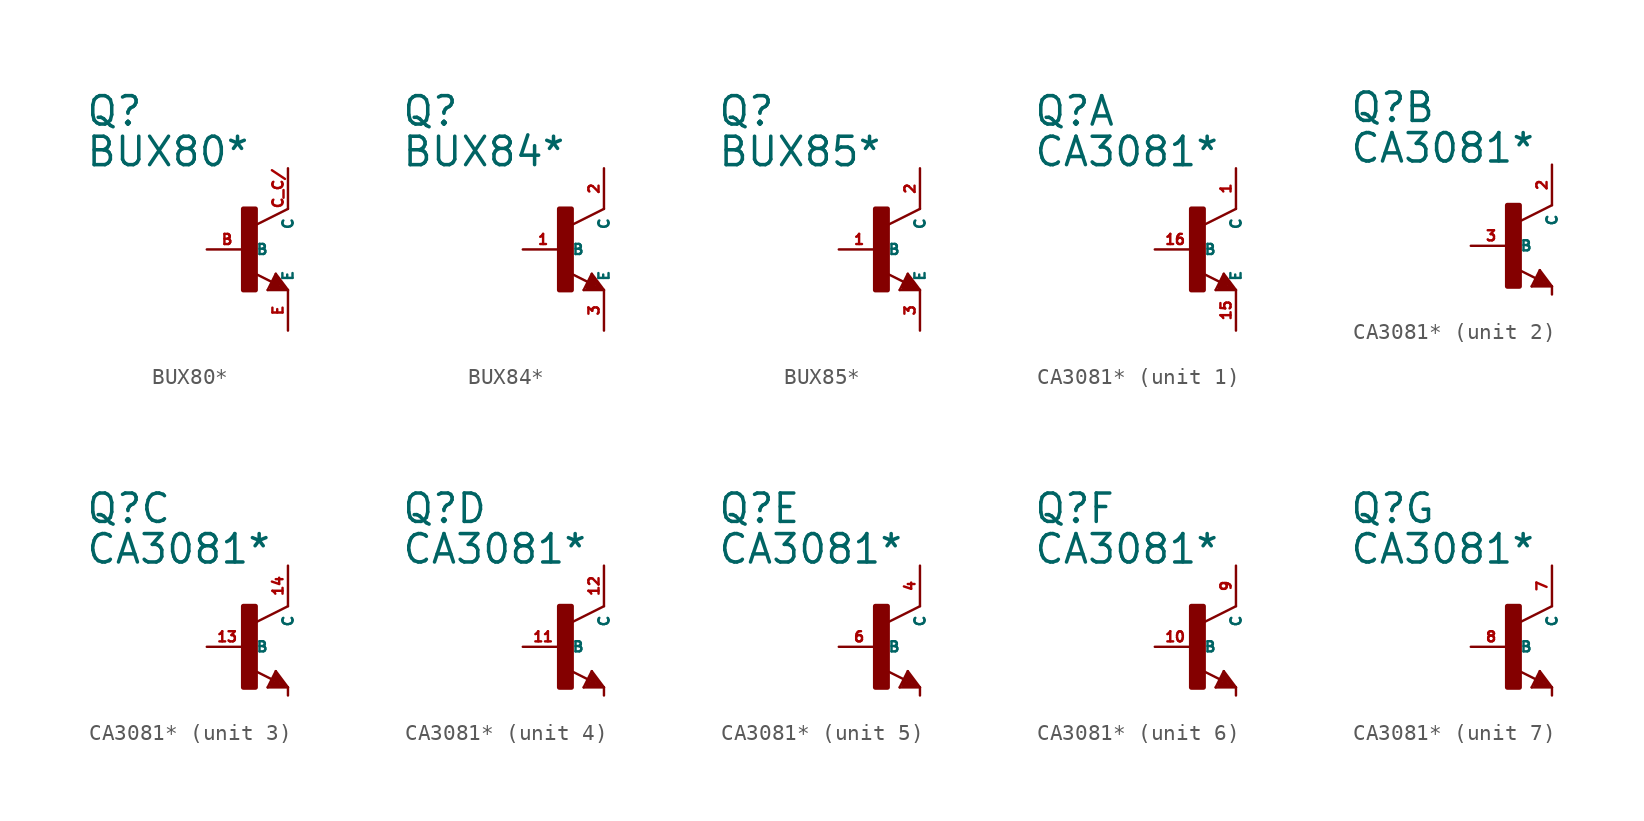
<source format=kicad_sym>
(kicad_symbol_lib
  (version 20220914)
  (generator Eagle2Kicad)
  (symbol "BUX80*"
    (property "Reference" "Q"
      (at -10.16 7.62 0)
      (effects (font (size 1.778 1.778) (thickness 0.22)) (justify left bottom)))
    (property "Value" "BUX80*"
      (at -10.16 5.08 0)
      (effects (font (size 1.778 1.778) (thickness 0.22)) (justify left bottom)))
    (polyline
      (pts (xy 2.54 2.54) (xy 0.508 1.524))
      (stroke (width 0.152) (type default))
      (fill (type none)))
    (polyline
      (pts (xy 1.778 -1.524) (xy 2.54 -2.54))
      (stroke (width 0.152) (type default))
      (fill (type none)))
    (polyline
      (pts (xy 2.54 -2.54) (xy 1.27 -2.54))
      (stroke (width 0.152) (type default))
      (fill (type none)))
    (polyline
      (pts (xy 1.27 -2.54) (xy 1.778 -1.524))
      (stroke (width 0.152) (type default))
      (fill (type none)))
    (polyline
      (pts (xy 1.54 -2.04) (xy 0.308 -1.424))
      (stroke (width 0.152) (type default))
      (fill (type none)))
    (polyline
      (pts (xy 1.524 -2.413) (xy 2.286 -2.413))
      (stroke (width 0.254) (type default))
      (fill (type none)))
    (polyline
      (pts (xy 2.286 -2.413) (xy 1.778 -1.778))
      (stroke (width 0.254) (type default))
      (fill (type none)))
    (polyline
      (pts (xy 1.778 -1.778) (xy 1.524 -2.286))
      (stroke (width 0.254) (type default))
      (fill (type none)))
    (polyline
      (pts (xy 1.524 -2.286) (xy 1.905 -2.286))
      (stroke (width 0.254) (type default))
      (fill (type none)))
    (polyline
      (pts (xy 1.905 -2.286) (xy 1.778 -2.032))
      (stroke (width 0.254) (type default))
      (fill (type none)))
    (rectangle
      (start -0.254 -2.54)
      (end 0.508 2.54)
      (stroke (width 0.3) (type default))
      (fill (type outline)))
    (pin passive line
      (at -2.54 0 0)
      (length 2.54)
      (name "B" (effects (font (size 0.635 0.635) (thickness 0.08)) (justify left bottom)))
      (number "B" (effects (font (size 0.635 0.635) (thickness 0.08)) (justify left bottom))))
    (pin passive line
      (at 2.54 -5.08 90)
      (length 2.54)
      (name "E" (effects (font (size 0.635 0.635) (thickness 0.08)) (justify left bottom)))
      (number "E" (effects (font (size 0.635 0.635) (thickness 0.08)) (justify left bottom))))
    (pin passive line
      (at 2.54 5.08 270)
      (length 2.54)
      (name "C" (effects (font (size 0.635 0.635) (thickness 0.08)) (justify left bottom)))
      (number "C C/" (effects (font (size 0.635 0.635) (thickness 0.08)) (justify left bottom)))))
  (symbol "BUX84*"
    (property "Reference" "Q"
      (at -10.16 7.62 0)
      (effects (font (size 1.778 1.778) (thickness 0.22)) (justify left bottom)))
    (property "Value" "BUX84*"
      (at -10.16 5.08 0)
      (effects (font (size 1.778 1.778) (thickness 0.22)) (justify left bottom)))
    (polyline
      (pts (xy 2.54 2.54) (xy 0.508 1.524))
      (stroke (width 0.152) (type default))
      (fill (type none)))
    (polyline
      (pts (xy 1.778 -1.524) (xy 2.54 -2.54))
      (stroke (width 0.152) (type default))
      (fill (type none)))
    (polyline
      (pts (xy 2.54 -2.54) (xy 1.27 -2.54))
      (stroke (width 0.152) (type default))
      (fill (type none)))
    (polyline
      (pts (xy 1.27 -2.54) (xy 1.778 -1.524))
      (stroke (width 0.152) (type default))
      (fill (type none)))
    (polyline
      (pts (xy 1.54 -2.04) (xy 0.308 -1.424))
      (stroke (width 0.152) (type default))
      (fill (type none)))
    (polyline
      (pts (xy 1.524 -2.413) (xy 2.286 -2.413))
      (stroke (width 0.254) (type default))
      (fill (type none)))
    (polyline
      (pts (xy 2.286 -2.413) (xy 1.778 -1.778))
      (stroke (width 0.254) (type default))
      (fill (type none)))
    (polyline
      (pts (xy 1.778 -1.778) (xy 1.524 -2.286))
      (stroke (width 0.254) (type default))
      (fill (type none)))
    (polyline
      (pts (xy 1.524 -2.286) (xy 1.905 -2.286))
      (stroke (width 0.254) (type default))
      (fill (type none)))
    (polyline
      (pts (xy 1.905 -2.286) (xy 1.778 -2.032))
      (stroke (width 0.254) (type default))
      (fill (type none)))
    (rectangle
      (start -0.254 -2.54)
      (end 0.508 2.54)
      (stroke (width 0.3) (type default))
      (fill (type outline)))
    (pin passive line
      (at -2.54 0 0)
      (length 2.54)
      (name "B" (effects (font (size 0.635 0.635) (thickness 0.08)) (justify left bottom)))
      (number "1" (effects (font (size 0.635 0.635) (thickness 0.08)) (justify left bottom))))
    (pin passive line
      (at 2.54 -5.08 90)
      (length 2.54)
      (name "E" (effects (font (size 0.635 0.635) (thickness 0.08)) (justify left bottom)))
      (number "3" (effects (font (size 0.635 0.635) (thickness 0.08)) (justify left bottom))))
    (pin passive line
      (at 2.54 5.08 270)
      (length 2.54)
      (name "C" (effects (font (size 0.635 0.635) (thickness 0.08)) (justify left bottom)))
      (number "2" (effects (font (size 0.635 0.635) (thickness 0.08)) (justify left bottom)))))
  (symbol "BUX85*"
    (property "Reference" "Q"
      (at -10.16 7.62 0)
      (effects (font (size 1.778 1.778) (thickness 0.22)) (justify left bottom)))
    (property "Value" "BUX85*"
      (at -10.16 5.08 0)
      (effects (font (size 1.778 1.778) (thickness 0.22)) (justify left bottom)))
    (polyline
      (pts (xy 2.54 2.54) (xy 0.508 1.524))
      (stroke (width 0.152) (type default))
      (fill (type none)))
    (polyline
      (pts (xy 1.778 -1.524) (xy 2.54 -2.54))
      (stroke (width 0.152) (type default))
      (fill (type none)))
    (polyline
      (pts (xy 2.54 -2.54) (xy 1.27 -2.54))
      (stroke (width 0.152) (type default))
      (fill (type none)))
    (polyline
      (pts (xy 1.27 -2.54) (xy 1.778 -1.524))
      (stroke (width 0.152) (type default))
      (fill (type none)))
    (polyline
      (pts (xy 1.54 -2.04) (xy 0.308 -1.424))
      (stroke (width 0.152) (type default))
      (fill (type none)))
    (polyline
      (pts (xy 1.524 -2.413) (xy 2.286 -2.413))
      (stroke (width 0.254) (type default))
      (fill (type none)))
    (polyline
      (pts (xy 2.286 -2.413) (xy 1.778 -1.778))
      (stroke (width 0.254) (type default))
      (fill (type none)))
    (polyline
      (pts (xy 1.778 -1.778) (xy 1.524 -2.286))
      (stroke (width 0.254) (type default))
      (fill (type none)))
    (polyline
      (pts (xy 1.524 -2.286) (xy 1.905 -2.286))
      (stroke (width 0.254) (type default))
      (fill (type none)))
    (polyline
      (pts (xy 1.905 -2.286) (xy 1.778 -2.032))
      (stroke (width 0.254) (type default))
      (fill (type none)))
    (rectangle
      (start -0.254 -2.54)
      (end 0.508 2.54)
      (stroke (width 0.3) (type default))
      (fill (type outline)))
    (pin passive line
      (at -2.54 0 0)
      (length 2.54)
      (name "B" (effects (font (size 0.635 0.635) (thickness 0.08)) (justify left bottom)))
      (number "1" (effects (font (size 0.635 0.635) (thickness 0.08)) (justify left bottom))))
    (pin passive line
      (at 2.54 -5.08 90)
      (length 2.54)
      (name "E" (effects (font (size 0.635 0.635) (thickness 0.08)) (justify left bottom)))
      (number "3" (effects (font (size 0.635 0.635) (thickness 0.08)) (justify left bottom))))
    (pin passive line
      (at 2.54 5.08 270)
      (length 2.54)
      (name "C" (effects (font (size 0.635 0.635) (thickness 0.08)) (justify left bottom)))
      (number "2" (effects (font (size 0.635 0.635) (thickness 0.08)) (justify left bottom)))))
  (symbol "CA3081*"
    (property "Reference" "Q"
      (at -10.16 7.62 0)
      (effects (font (size 1.778 1.778) (thickness 0.22)) (justify left bottom)))
    (property "Value" "CA3081*"
      (at -10.16 5.08 0)
      (effects (font (size 1.778 1.778) (thickness 0.22)) (justify left bottom)))
    (symbol "CA3081*_1_0"
      (polyline (pts (xy 2.54 2.54) (xy 0.508 1.524)) (stroke (width 0.152) (type default)) (fill (type none)))
      (polyline (pts (xy 1.54 -2.04) (xy 0.308 -1.424)) (stroke (width 0.152) (type default)) (fill (type none)))
      (polyline (pts (xy 1.778 -1.524) (xy 2.54 -2.54)) (stroke (width 0.152) (type default)) (fill (type none)))
      (polyline (pts (xy 2.54 -2.54) (xy 1.27 -2.54)) (stroke (width 0.152) (type default)) (fill (type none)))
      (polyline (pts (xy 1.27 -2.54) (xy 1.778 -1.524)) (stroke (width 0.152) (type default)) (fill (type none)))
      (polyline (pts (xy 1.524 -2.413) (xy 2.286 -2.413)) (stroke (width 0.254) (type default)) (fill (type none)))
      (polyline (pts (xy 2.286 -2.413) (xy 1.778 -1.778)) (stroke (width 0.254) (type default)) (fill (type none)))
      (polyline (pts (xy 1.778 -1.778) (xy 1.524 -2.286)) (stroke (width 0.254) (type default)) (fill (type none)))
      (polyline (pts (xy 1.524 -2.286) (xy 1.905 -2.286)) (stroke (width 0.254) (type default)) (fill (type none)))
      (polyline (pts (xy 1.905 -2.286) (xy 1.778 -2.032)) (stroke (width 0.254) (type default)) (fill (type none)))
      (rectangle (start -0.254 -2.54) (end 0.508 2.54) (stroke (width 0.3) (type default)) (fill (type outline)))
      (pin passive line (at -2.54 0 0) (length 2.54) (name "B" (effects (font (size 0.635 0.635) (thickness 0.08)) (justify left bottom))) (number "16" (effects (font (size 0.635 0.635) (thickness 0.08)) (justify left bottom))))
      (pin passive line (at 2.54 -5.08 90) (length 2.54) (name "E" (effects (font (size 0.635 0.635) (thickness 0.08)) (justify left bottom))) (number "15" (effects (font (size 0.635 0.635) (thickness 0.08)) (justify left bottom))))
      (pin passive line (at 2.54 5.08 270) (length 2.54) (name "C" (effects (font (size 0.635 0.635) (thickness 0.08)) (justify left bottom))) (number "1" (effects (font (size 0.635 0.635) (thickness 0.08)) (justify left bottom)))))
    (symbol "CA3081*_2_0"
      (polyline (pts (xy 2.54 2.54) (xy 0.508 1.524)) (stroke (width 0.152) (type default)) (fill (type none)))
      (polyline (pts (xy 1.54 -2.04) (xy 0.308 -1.424)) (stroke (width 0.152) (type default)) (fill (type none)))
      (polyline (pts (xy 2.54 -3.048) (xy 2.54 -2.54)) (stroke (width 0.152) (type default)) (fill (type none)))
      (polyline (pts (xy 1.778 -1.524) (xy 2.54 -2.54)) (stroke (width 0.152) (type default)) (fill (type none)))
      (polyline (pts (xy 2.54 -2.54) (xy 1.27 -2.54)) (stroke (width 0.152) (type default)) (fill (type none)))
      (polyline (pts (xy 1.27 -2.54) (xy 1.778 -1.524)) (stroke (width 0.152) (type default)) (fill (type none)))
      (polyline (pts (xy 1.524 -2.413) (xy 2.286 -2.413)) (stroke (width 0.254) (type default)) (fill (type none)))
      (polyline (pts (xy 2.286 -2.413) (xy 1.778 -1.778)) (stroke (width 0.254) (type default)) (fill (type none)))
      (polyline (pts (xy 1.778 -1.778) (xy 1.524 -2.286)) (stroke (width 0.254) (type default)) (fill (type none)))
      (polyline (pts (xy 1.524 -2.286) (xy 1.905 -2.286)) (stroke (width 0.254) (type default)) (fill (type none)))
      (polyline (pts (xy 1.905 -2.286) (xy 1.778 -2.032)) (stroke (width 0.254) (type default)) (fill (type none)))
      (rectangle (start -0.254 -2.54) (end 0.508 2.54) (stroke (width 0.3) (type default)) (fill (type outline)))
      (pin passive line (at -2.54 0 0) (length 2.54) (name "B" (effects (font (size 0.635 0.635) (thickness 0.08)) (justify left bottom))) (number "3" (effects (font (size 0.635 0.635) (thickness 0.08)) (justify left bottom))))
      (pin passive line (at 2.54 5.08 270) (length 2.54) (name "C" (effects (font (size 0.635 0.635) (thickness 0.08)) (justify left bottom))) (number "2" (effects (font (size 0.635 0.635) (thickness 0.08)) (justify left bottom)))))
    (symbol "CA3081*_3_0"
      (polyline (pts (xy 2.54 2.54) (xy 0.508 1.524)) (stroke (width 0.152) (type default)) (fill (type none)))
      (polyline (pts (xy 1.54 -2.04) (xy 0.308 -1.424)) (stroke (width 0.152) (type default)) (fill (type none)))
      (polyline (pts (xy 2.54 -3.048) (xy 2.54 -2.54)) (stroke (width 0.152) (type default)) (fill (type none)))
      (polyline (pts (xy 1.778 -1.524) (xy 2.54 -2.54)) (stroke (width 0.152) (type default)) (fill (type none)))
      (polyline (pts (xy 2.54 -2.54) (xy 1.27 -2.54)) (stroke (width 0.152) (type default)) (fill (type none)))
      (polyline (pts (xy 1.27 -2.54) (xy 1.778 -1.524)) (stroke (width 0.152) (type default)) (fill (type none)))
      (polyline (pts (xy 1.524 -2.413) (xy 2.286 -2.413)) (stroke (width 0.254) (type default)) (fill (type none)))
      (polyline (pts (xy 2.286 -2.413) (xy 1.778 -1.778)) (stroke (width 0.254) (type default)) (fill (type none)))
      (polyline (pts (xy 1.778 -1.778) (xy 1.524 -2.286)) (stroke (width 0.254) (type default)) (fill (type none)))
      (polyline (pts (xy 1.524 -2.286) (xy 1.905 -2.286)) (stroke (width 0.254) (type default)) (fill (type none)))
      (polyline (pts (xy 1.905 -2.286) (xy 1.778 -2.032)) (stroke (width 0.254) (type default)) (fill (type none)))
      (rectangle (start -0.254 -2.54) (end 0.508 2.54) (stroke (width 0.3) (type default)) (fill (type outline)))
      (pin passive line (at -2.54 0 0) (length 2.54) (name "B" (effects (font (size 0.635 0.635) (thickness 0.08)) (justify left bottom))) (number "13" (effects (font (size 0.635 0.635) (thickness 0.08)) (justify left bottom))))
      (pin passive line (at 2.54 5.08 270) (length 2.54) (name "C" (effects (font (size 0.635 0.635) (thickness 0.08)) (justify left bottom))) (number "14" (effects (font (size 0.635 0.635) (thickness 0.08)) (justify left bottom)))))
    (symbol "CA3081*_4_0"
      (polyline (pts (xy 2.54 2.54) (xy 0.508 1.524)) (stroke (width 0.152) (type default)) (fill (type none)))
      (polyline (pts (xy 1.54 -2.04) (xy 0.308 -1.424)) (stroke (width 0.152) (type default)) (fill (type none)))
      (polyline (pts (xy 2.54 -3.048) (xy 2.54 -2.54)) (stroke (width 0.152) (type default)) (fill (type none)))
      (polyline (pts (xy 1.778 -1.524) (xy 2.54 -2.54)) (stroke (width 0.152) (type default)) (fill (type none)))
      (polyline (pts (xy 2.54 -2.54) (xy 1.27 -2.54)) (stroke (width 0.152) (type default)) (fill (type none)))
      (polyline (pts (xy 1.27 -2.54) (xy 1.778 -1.524)) (stroke (width 0.152) (type default)) (fill (type none)))
      (polyline (pts (xy 1.524 -2.413) (xy 2.286 -2.413)) (stroke (width 0.254) (type default)) (fill (type none)))
      (polyline (pts (xy 2.286 -2.413) (xy 1.778 -1.778)) (stroke (width 0.254) (type default)) (fill (type none)))
      (polyline (pts (xy 1.778 -1.778) (xy 1.524 -2.286)) (stroke (width 0.254) (type default)) (fill (type none)))
      (polyline (pts (xy 1.524 -2.286) (xy 1.905 -2.286)) (stroke (width 0.254) (type default)) (fill (type none)))
      (polyline (pts (xy 1.905 -2.286) (xy 1.778 -2.032)) (stroke (width 0.254) (type default)) (fill (type none)))
      (rectangle (start -0.254 -2.54) (end 0.508 2.54) (stroke (width 0.3) (type default)) (fill (type outline)))
      (pin passive line (at -2.54 0 0) (length 2.54) (name "B" (effects (font (size 0.635 0.635) (thickness 0.08)) (justify left bottom))) (number "11" (effects (font (size 0.635 0.635) (thickness 0.08)) (justify left bottom))))
      (pin passive line (at 2.54 5.08 270) (length 2.54) (name "C" (effects (font (size 0.635 0.635) (thickness 0.08)) (justify left bottom))) (number "12" (effects (font (size 0.635 0.635) (thickness 0.08)) (justify left bottom)))))
    (symbol "CA3081*_5_0"
      (polyline (pts (xy 2.54 2.54) (xy 0.508 1.524)) (stroke (width 0.152) (type default)) (fill (type none)))
      (polyline (pts (xy 1.54 -2.04) (xy 0.308 -1.424)) (stroke (width 0.152) (type default)) (fill (type none)))
      (polyline (pts (xy 2.54 -3.048) (xy 2.54 -2.54)) (stroke (width 0.152) (type default)) (fill (type none)))
      (polyline (pts (xy 1.778 -1.524) (xy 2.54 -2.54)) (stroke (width 0.152) (type default)) (fill (type none)))
      (polyline (pts (xy 2.54 -2.54) (xy 1.27 -2.54)) (stroke (width 0.152) (type default)) (fill (type none)))
      (polyline (pts (xy 1.27 -2.54) (xy 1.778 -1.524)) (stroke (width 0.152) (type default)) (fill (type none)))
      (polyline (pts (xy 1.524 -2.413) (xy 2.286 -2.413)) (stroke (width 0.254) (type default)) (fill (type none)))
      (polyline (pts (xy 2.286 -2.413) (xy 1.778 -1.778)) (stroke (width 0.254) (type default)) (fill (type none)))
      (polyline (pts (xy 1.778 -1.778) (xy 1.524 -2.286)) (stroke (width 0.254) (type default)) (fill (type none)))
      (polyline (pts (xy 1.524 -2.286) (xy 1.905 -2.286)) (stroke (width 0.254) (type default)) (fill (type none)))
      (polyline (pts (xy 1.905 -2.286) (xy 1.778 -2.032)) (stroke (width 0.254) (type default)) (fill (type none)))
      (rectangle (start -0.254 -2.54) (end 0.508 2.54) (stroke (width 0.3) (type default)) (fill (type outline)))
      (pin passive line (at -2.54 0 0) (length 2.54) (name "B" (effects (font (size 0.635 0.635) (thickness 0.08)) (justify left bottom))) (number "6" (effects (font (size 0.635 0.635) (thickness 0.08)) (justify left bottom))))
      (pin passive line (at 2.54 5.08 270) (length 2.54) (name "C" (effects (font (size 0.635 0.635) (thickness 0.08)) (justify left bottom))) (number "4" (effects (font (size 0.635 0.635) (thickness 0.08)) (justify left bottom)))))
    (symbol "CA3081*_6_0"
      (polyline (pts (xy 2.54 2.54) (xy 0.508 1.524)) (stroke (width 0.152) (type default)) (fill (type none)))
      (polyline (pts (xy 1.54 -2.04) (xy 0.308 -1.424)) (stroke (width 0.152) (type default)) (fill (type none)))
      (polyline (pts (xy 2.54 -3.048) (xy 2.54 -2.54)) (stroke (width 0.152) (type default)) (fill (type none)))
      (polyline (pts (xy 1.778 -1.524) (xy 2.54 -2.54)) (stroke (width 0.152) (type default)) (fill (type none)))
      (polyline (pts (xy 2.54 -2.54) (xy 1.27 -2.54)) (stroke (width 0.152) (type default)) (fill (type none)))
      (polyline (pts (xy 1.27 -2.54) (xy 1.778 -1.524)) (stroke (width 0.152) (type default)) (fill (type none)))
      (polyline (pts (xy 1.524 -2.413) (xy 2.286 -2.413)) (stroke (width 0.254) (type default)) (fill (type none)))
      (polyline (pts (xy 2.286 -2.413) (xy 1.778 -1.778)) (stroke (width 0.254) (type default)) (fill (type none)))
      (polyline (pts (xy 1.778 -1.778) (xy 1.524 -2.286)) (stroke (width 0.254) (type default)) (fill (type none)))
      (polyline (pts (xy 1.524 -2.286) (xy 1.905 -2.286)) (stroke (width 0.254) (type default)) (fill (type none)))
      (polyline (pts (xy 1.905 -2.286) (xy 1.778 -2.032)) (stroke (width 0.254) (type default)) (fill (type none)))
      (rectangle (start -0.254 -2.54) (end 0.508 2.54) (stroke (width 0.3) (type default)) (fill (type outline)))
      (pin passive line (at -2.54 0 0) (length 2.54) (name "B" (effects (font (size 0.635 0.635) (thickness 0.08)) (justify left bottom))) (number "10" (effects (font (size 0.635 0.635) (thickness 0.08)) (justify left bottom))))
      (pin passive line (at 2.54 5.08 270) (length 2.54) (name "C" (effects (font (size 0.635 0.635) (thickness 0.08)) (justify left bottom))) (number "9" (effects (font (size 0.635 0.635) (thickness 0.08)) (justify left bottom)))))
    (symbol "CA3081*_7_0"
      (polyline (pts (xy 2.54 2.54) (xy 0.508 1.524)) (stroke (width 0.152) (type default)) (fill (type none)))
      (polyline (pts (xy 1.54 -2.04) (xy 0.308 -1.424)) (stroke (width 0.152) (type default)) (fill (type none)))
      (polyline (pts (xy 2.54 -3.048) (xy 2.54 -2.54)) (stroke (width 0.152) (type default)) (fill (type none)))
      (polyline (pts (xy 1.778 -1.524) (xy 2.54 -2.54)) (stroke (width 0.152) (type default)) (fill (type none)))
      (polyline (pts (xy 2.54 -2.54) (xy 1.27 -2.54)) (stroke (width 0.152) (type default)) (fill (type none)))
      (polyline (pts (xy 1.27 -2.54) (xy 1.778 -1.524)) (stroke (width 0.152) (type default)) (fill (type none)))
      (polyline (pts (xy 1.524 -2.413) (xy 2.286 -2.413)) (stroke (width 0.254) (type default)) (fill (type none)))
      (polyline (pts (xy 2.286 -2.413) (xy 1.778 -1.778)) (stroke (width 0.254) (type default)) (fill (type none)))
      (polyline (pts (xy 1.778 -1.778) (xy 1.524 -2.286)) (stroke (width 0.254) (type default)) (fill (type none)))
      (polyline (pts (xy 1.524 -2.286) (xy 1.905 -2.286)) (stroke (width 0.254) (type default)) (fill (type none)))
      (polyline (pts (xy 1.905 -2.286) (xy 1.778 -2.032)) (stroke (width 0.254) (type default)) (fill (type none)))
      (rectangle (start -0.254 -2.54) (end 0.508 2.54) (stroke (width 0.3) (type default)) (fill (type outline)))
      (pin passive line (at -2.54 0 0) (length 2.54) (name "B" (effects (font (size 0.635 0.635) (thickness 0.08)) (justify left bottom))) (number "8" (effects (font (size 0.635 0.635) (thickness 0.08)) (justify left bottom))))
      (pin passive line (at 2.54 5.08 270) (length 2.54) (name "C" (effects (font (size 0.635 0.635) (thickness 0.08)) (justify left bottom))) (number "7" (effects (font (size 0.635 0.635) (thickness 0.08)) (justify left bottom)))))))
</source>
